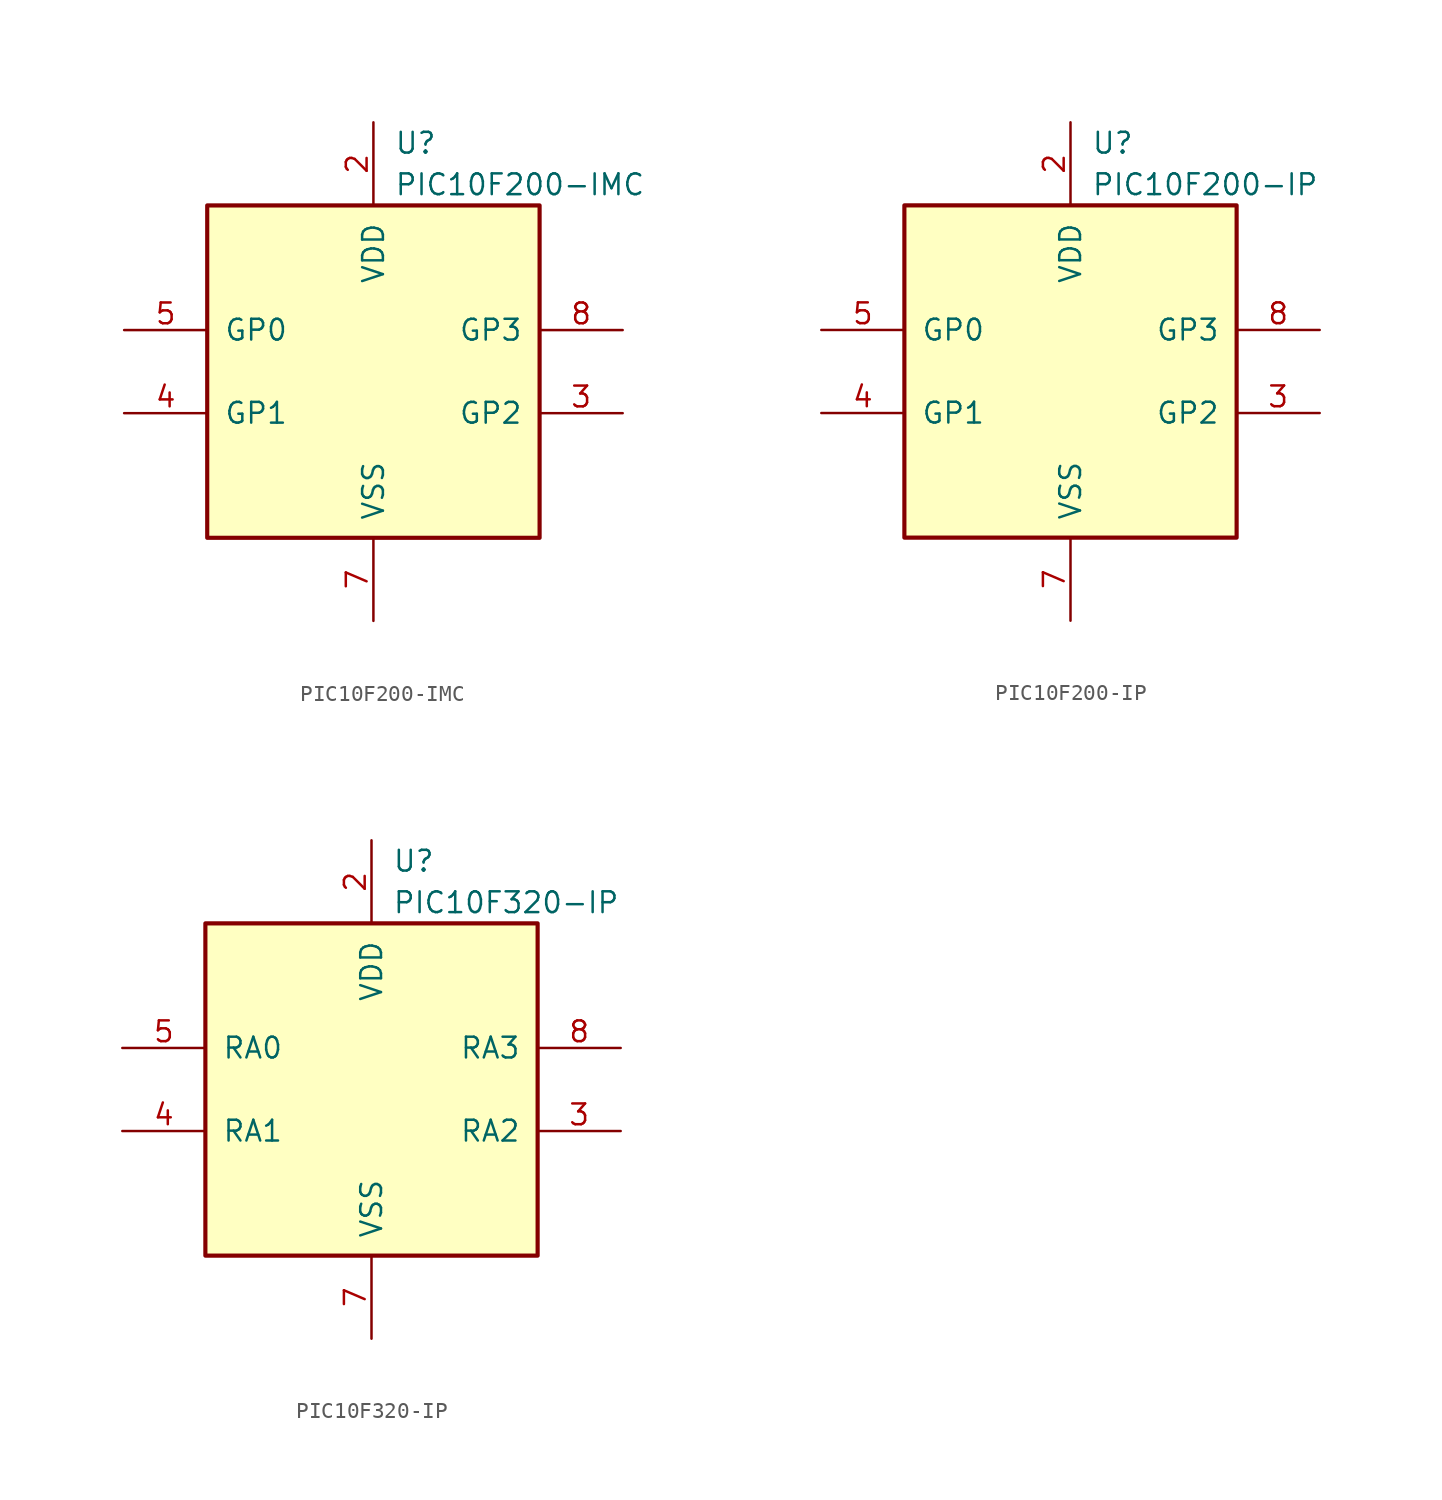
<source format=kicad_sym>
(kicad_symbol_lib
  (version 20231120)
  (generator "kicad_symbol_editor")
  (generator_version "8.0")
  (symbol "PIC10F200-IMC"
    (pin_names
      (offset 1.016))
    (property "Reference" "U"
      (at 1.27 13.97 0)
      (effects (font (size 1.27 1.27)) (justify left)))
    (property "Value" "PIC10F200-IMC"
      (at 1.27 11.43 0)
      (effects (font (size 1.27 1.27)) (justify left)))
    (symbol "PIC10F200-IMC_0_1"
      (rectangle (start -10.16 10.16) (end 10.16 -10.16) (stroke (width 0.254) (type default)) (fill (type background))))
    (symbol "PIC10F200-IMC_1_1"
      (pin power_in line (at 0 15.24 270) (length 5.08) (name "VDD" (effects (font (size 1.27 1.27)))) (number "2" (effects (font (size 1.27 1.27)))))
      (pin bidirectional line (at 15.24 -2.54 180) (length 5.08) (name "GP2" (effects (font (size 1.27 1.27)))) (number "3" (effects (font (size 1.27 1.27)))))
      (pin bidirectional line (at -15.24 -2.54 0) (length 5.08) (name "GP1" (effects (font (size 1.27 1.27)))) (number "4" (effects (font (size 1.27 1.27)))))
      (pin bidirectional line (at -15.24 2.54 0) (length 5.08) (name "GP0" (effects (font (size 1.27 1.27)))) (number "5" (effects (font (size 1.27 1.27)))))
      (pin power_in line (at 0 -15.24 90) (length 5.08) (name "VSS" (effects (font (size 1.27 1.27)))) (number "7" (effects (font (size 1.27 1.27)))))
      (pin input line (at 15.24 2.54 180) (length 5.08) (name "GP3" (effects (font (size 1.27 1.27)))) (number "8" (effects (font (size 1.27 1.27)))))))
  (symbol "PIC10F200-IP"
    (pin_names
      (offset 1.016))
    (property "Reference" "U"
      (at 1.27 13.97 0)
      (effects (font (size 1.27 1.27)) (justify left)))
    (property "Value" "PIC10F200-IP"
      (at 1.27 11.43 0)
      (effects (font (size 1.27 1.27)) (justify left)))
    (symbol "PIC10F200-IP_0_1"
      (rectangle (start -10.16 10.16) (end 10.16 -10.16) (stroke (width 0.254) (type default)) (fill (type background))))
    (symbol "PIC10F200-IP_1_1"
      (pin power_in line (at 0 15.24 270) (length 5.08) (name "VDD" (effects (font (size 1.27 1.27)))) (number "2" (effects (font (size 1.27 1.27)))))
      (pin bidirectional line (at 15.24 -2.54 180) (length 5.08) (name "GP2" (effects (font (size 1.27 1.27)))) (number "3" (effects (font (size 1.27 1.27)))))
      (pin bidirectional line (at -15.24 -2.54 0) (length 5.08) (name "GP1" (effects (font (size 1.27 1.27)))) (number "4" (effects (font (size 1.27 1.27)))))
      (pin bidirectional line (at -15.24 2.54 0) (length 5.08) (name "GP0" (effects (font (size 1.27 1.27)))) (number "5" (effects (font (size 1.27 1.27)))))
      (pin power_in line (at 0 -15.24 90) (length 5.08) (name "VSS" (effects (font (size 1.27 1.27)))) (number "7" (effects (font (size 1.27 1.27)))))
      (pin input line (at 15.24 2.54 180) (length 5.08) (name "GP3" (effects (font (size 1.27 1.27)))) (number "8" (effects (font (size 1.27 1.27)))))))
  (symbol "PIC10F320-IP"
    (pin_names
      (offset 1.016))
    (property "Reference" "U"
      (at 1.27 13.97 0)
      (effects (font (size 1.27 1.27)) (justify left)))
    (property "Value" "PIC10F320-IP"
      (at 1.27 11.43 0)
      (effects (font (size 1.27 1.27)) (justify left)))
    (symbol "PIC10F320-IP_0_1"
      (rectangle (start -10.16 10.16) (end 10.16 -10.16) (stroke (width 0.254) (type default)) (fill (type background))))
    (symbol "PIC10F320-IP_1_1"
      (pin power_in line (at 0 15.24 270) (length 5.08) (name "VDD" (effects (font (size 1.27 1.27)))) (number "2" (effects (font (size 1.27 1.27)))))
      (pin bidirectional line (at 15.24 -2.54 180) (length 5.08) (name "RA2" (effects (font (size 1.27 1.27)))) (number "3" (effects (font (size 1.27 1.27)))))
      (pin bidirectional line (at -15.24 -2.54 0) (length 5.08) (name "RA1" (effects (font (size 1.27 1.27)))) (number "4" (effects (font (size 1.27 1.27)))))
      (pin bidirectional line (at -15.24 2.54 0) (length 5.08) (name "RA0" (effects (font (size 1.27 1.27)))) (number "5" (effects (font (size 1.27 1.27)))))
      (pin power_in line (at 0 -15.24 90) (length 5.08) (name "VSS" (effects (font (size 1.27 1.27)))) (number "7" (effects (font (size 1.27 1.27)))))
      (pin input line (at 15.24 2.54 180) (length 5.08) (name "RA3" (effects (font (size 1.27 1.27)))) (number "8" (effects (font (size 1.27 1.27))))))))
</source>
